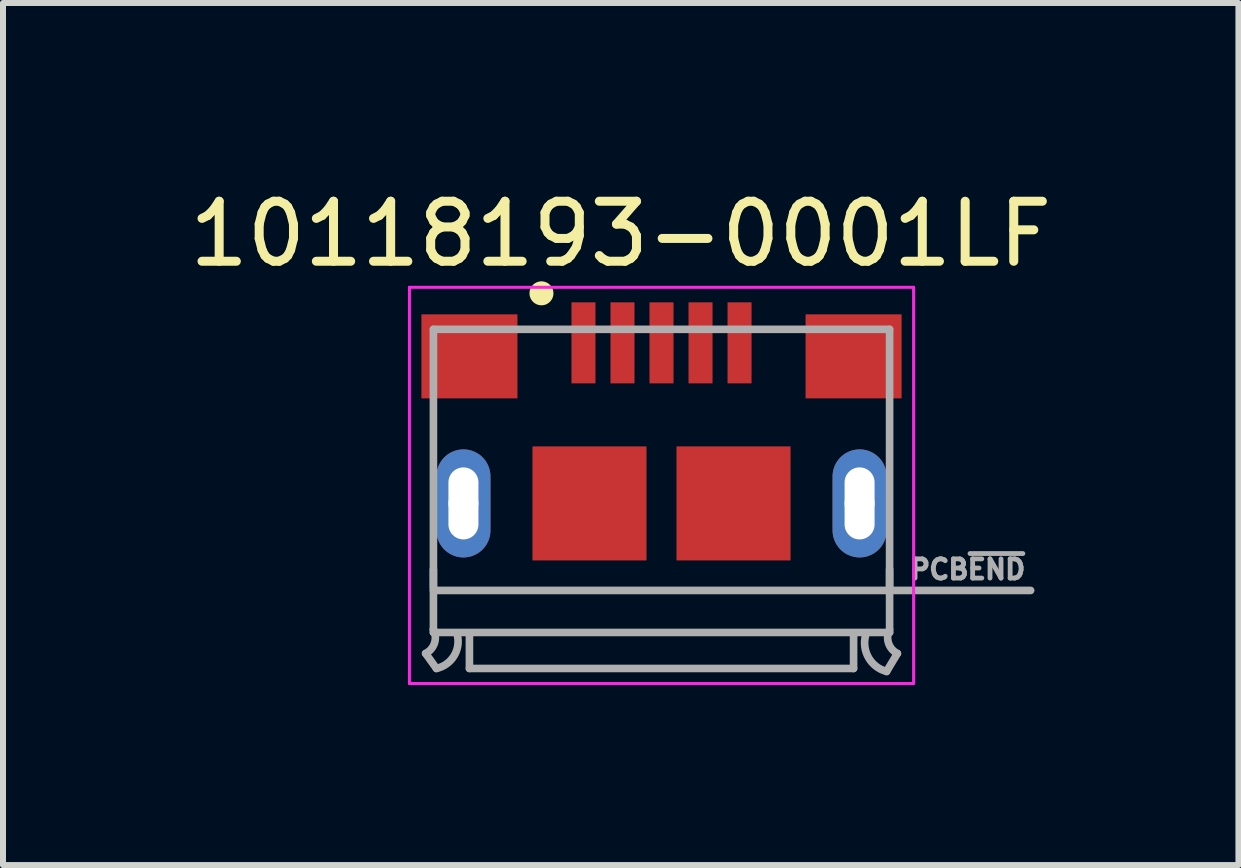
<source format=kicad_pcb>
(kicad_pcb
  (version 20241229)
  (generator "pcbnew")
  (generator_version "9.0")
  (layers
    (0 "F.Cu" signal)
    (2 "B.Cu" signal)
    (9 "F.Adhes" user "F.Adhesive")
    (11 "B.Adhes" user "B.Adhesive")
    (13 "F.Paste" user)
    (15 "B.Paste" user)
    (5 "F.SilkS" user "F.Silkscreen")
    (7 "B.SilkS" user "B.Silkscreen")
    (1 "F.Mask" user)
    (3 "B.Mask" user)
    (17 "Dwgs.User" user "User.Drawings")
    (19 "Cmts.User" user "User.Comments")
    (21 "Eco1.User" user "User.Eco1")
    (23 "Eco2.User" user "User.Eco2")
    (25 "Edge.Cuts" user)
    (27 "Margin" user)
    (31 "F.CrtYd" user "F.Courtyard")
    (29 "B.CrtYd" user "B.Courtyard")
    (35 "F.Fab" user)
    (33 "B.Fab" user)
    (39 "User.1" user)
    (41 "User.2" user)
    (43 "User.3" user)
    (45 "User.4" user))
  (footprint "10118193-0001LF"
    (layer "F.Cu")
    (at 7.971 5.337)
    (property "Reference" "10118193-0001LF" (at -0.679 -4.489 0) (layer "F.SilkS") (effects (font (size 1 1) (thickness 0.15))))
    (attr through_hole)
    (fp_circle (center -2 -3.5) (end -1.9 -3.5) (stroke (width 0.2) (type solid)) (fill no) (layer "F.SilkS"))
    (fp_line (start -4.2 -3.6) (end -4.2 3) (stroke (width 0.05) (type solid)) (layer "F.CrtYd"))
    (fp_line (start -4.2 3) (end 4.2 3) (stroke (width 0.05) (type solid)) (layer "F.CrtYd"))
    (fp_line (start 4.2 -3.6) (end -4.2 -3.6) (stroke (width 0.05) (type solid)) (layer "F.CrtYd"))
    (fp_line (start 4.2 3) (end 4.2 -3.6) (stroke (width 0.05) (type solid)) (layer "F.CrtYd"))
    (fp_line (start -3.93 2.5) (end -3.75 2.75) (stroke (width 0.127) (type solid)) (layer "F.Fab"))
    (fp_line (start -3.8 -2.9) (end 3.8 -2.9) (stroke (width 0.127) (type solid)) (layer "F.Fab"))
    (fp_line (start -3.8 1.1) (end -3.8 1.4) (stroke (width 0.127) (type solid)) (layer "F.Fab"))
    (fp_line (start -3.8 1.45) (end 3.8 1.45) (stroke (width 0.127) (type solid)) (layer "F.Fab"))
    (fp_line (start -3.8 2.1) (end -3.8 -2.9) (stroke (width 0.127) (type solid)) (layer "F.Fab"))
    (fp_line (start -3.8 2.15) (end -3.8 2.1) (stroke (width 0.127) (type solid)) (layer "F.Fab"))
    (fp_line (start -3.2 2.2) (end -3.2 2.75) (stroke (width 0.127) (type solid)) (layer "F.Fab"))
    (fp_line (start -3.2 2.75) (end 3.2 2.75) (stroke (width 0.127) (type solid)) (layer "F.Fab"))
    (fp_line (start 3.2 2.75) (end 3.2 2.2) (stroke (width 0.127) (type solid)) (layer "F.Fab"))
    (fp_line (start 3.8 -2.9) (end 3.8 1.45) (stroke (width 0.127) (type solid)) (layer "F.Fab"))
    (fp_line (start 3.8 1.1) (end 3.8 1.4) (stroke (width 0.127) (type solid)) (layer "F.Fab"))
    (fp_line (start 3.8 1.45) (end 3.8 2.15) (stroke (width 0.127) (type solid)) (layer "F.Fab"))
    (fp_line (start 3.8 1.45) (end 6.15 1.45) (stroke (width 0.127) (type solid)) (layer "F.Fab"))
    (fp_line (start 3.8 2.15) (end -3.8 2.15) (stroke (width 0.127) (type solid)) (layer "F.Fab"))
    (fp_line (start 3.93 2.5) (end 3.75 2.8) (stroke (width 0.127) (type solid)) (layer "F.Fab"))
    (fp_arc (start -3.8 2.1) (mid -3.782157 2.326924) (end -3.93 2.5) (stroke (width 0.127) (type solid)) (layer "F.Fab"))
    (fp_arc (start -3.4 2.2) (mid -3.461091 2.547487) (end -3.75 2.75) (stroke (width 0.127) (type solid)) (layer "F.Fab"))
    (fp_arc (start 3.75 2.8) (mid 3.450736 2.572487) (end 3.4 2.2) (stroke (width 0.127) (type solid)) (layer "F.Fab"))
    (fp_arc (start 3.93 2.5) (mid 3.782157 2.326924) (end 3.8 2.1) (stroke (width 0.127) (type solid)) (layer "F.Fab"))
    (fp_text user "PCB~{END}" (at 5.1 1.1 0) (layer "F.Fab") (effects (font (size 0.32 0.32) (thickness 0.15))))
    (pad "" np_thru_hole circle (at -3.3 0) (size 0.5 0.5) (drill 0.5) (layers "*.Cu" "*.Mask"))
    (pad "" np_thru_hole circle (at 3.3 0) (size 0.5 0.5) (drill 0.5) (layers "*.Cu" "*.Mask"))
    (pad "1" smd rect (at -1.3 -2.675) (size 0.4 1.35) (layers "F.Cu" "F.Mask" "F.Paste"))
    (pad "2" smd rect (at -0.65 -2.675) (size 0.4 1.35) (layers "F.Cu" "F.Mask" "F.Paste"))
    (pad "3" smd rect (at 0 -2.675) (size 0.4 1.35) (layers "F.Cu" "F.Mask" "F.Paste"))
    (pad "4" smd rect (at 0.65 -2.675) (size 0.4 1.35) (layers "F.Cu" "F.Mask" "F.Paste"))
    (pad "5" smd rect (at 1.3 -2.675) (size 0.4 1.35) (layers "F.Cu" "F.Mask" "F.Paste"))
    (pad "S1" smd rect (at -3.2 -2.45) (size 1.6 1.4) (layers "F.Cu" "F.Mask" "F.Paste"))
    (pad "S2" smd rect (at 3.2 -2.45) (size 1.6 1.4) (layers "F.Cu" "F.Mask" "F.Paste"))
    (pad "S3" smd rect (at 1.2 0) (size 1.9 1.9) (layers "F.Cu" "F.Mask" "F.Paste"))
    (pad "S4" smd rect (at -1.2 0) (size 1.9 1.9) (layers "F.Cu" "F.Mask" "F.Paste"))
    (pad "S5" thru_hole oval (at -3.3 0) (size 0.9 1.8) (drill oval 0.5 1.2) (layers "*.Cu" "*.Mask"))
    (pad "S6" thru_hole oval (at 3.3 0) (size 0.9 1.8) (drill oval 0.5 1.2) (layers "*.Cu" "*.Mask")))
  (gr_rect
    (start -3 -3)
    (end 17.583 11.362)
    (stroke (width 0.1) (type default))
    (fill no)
    (layer "Edge.Cuts")))
</source>
